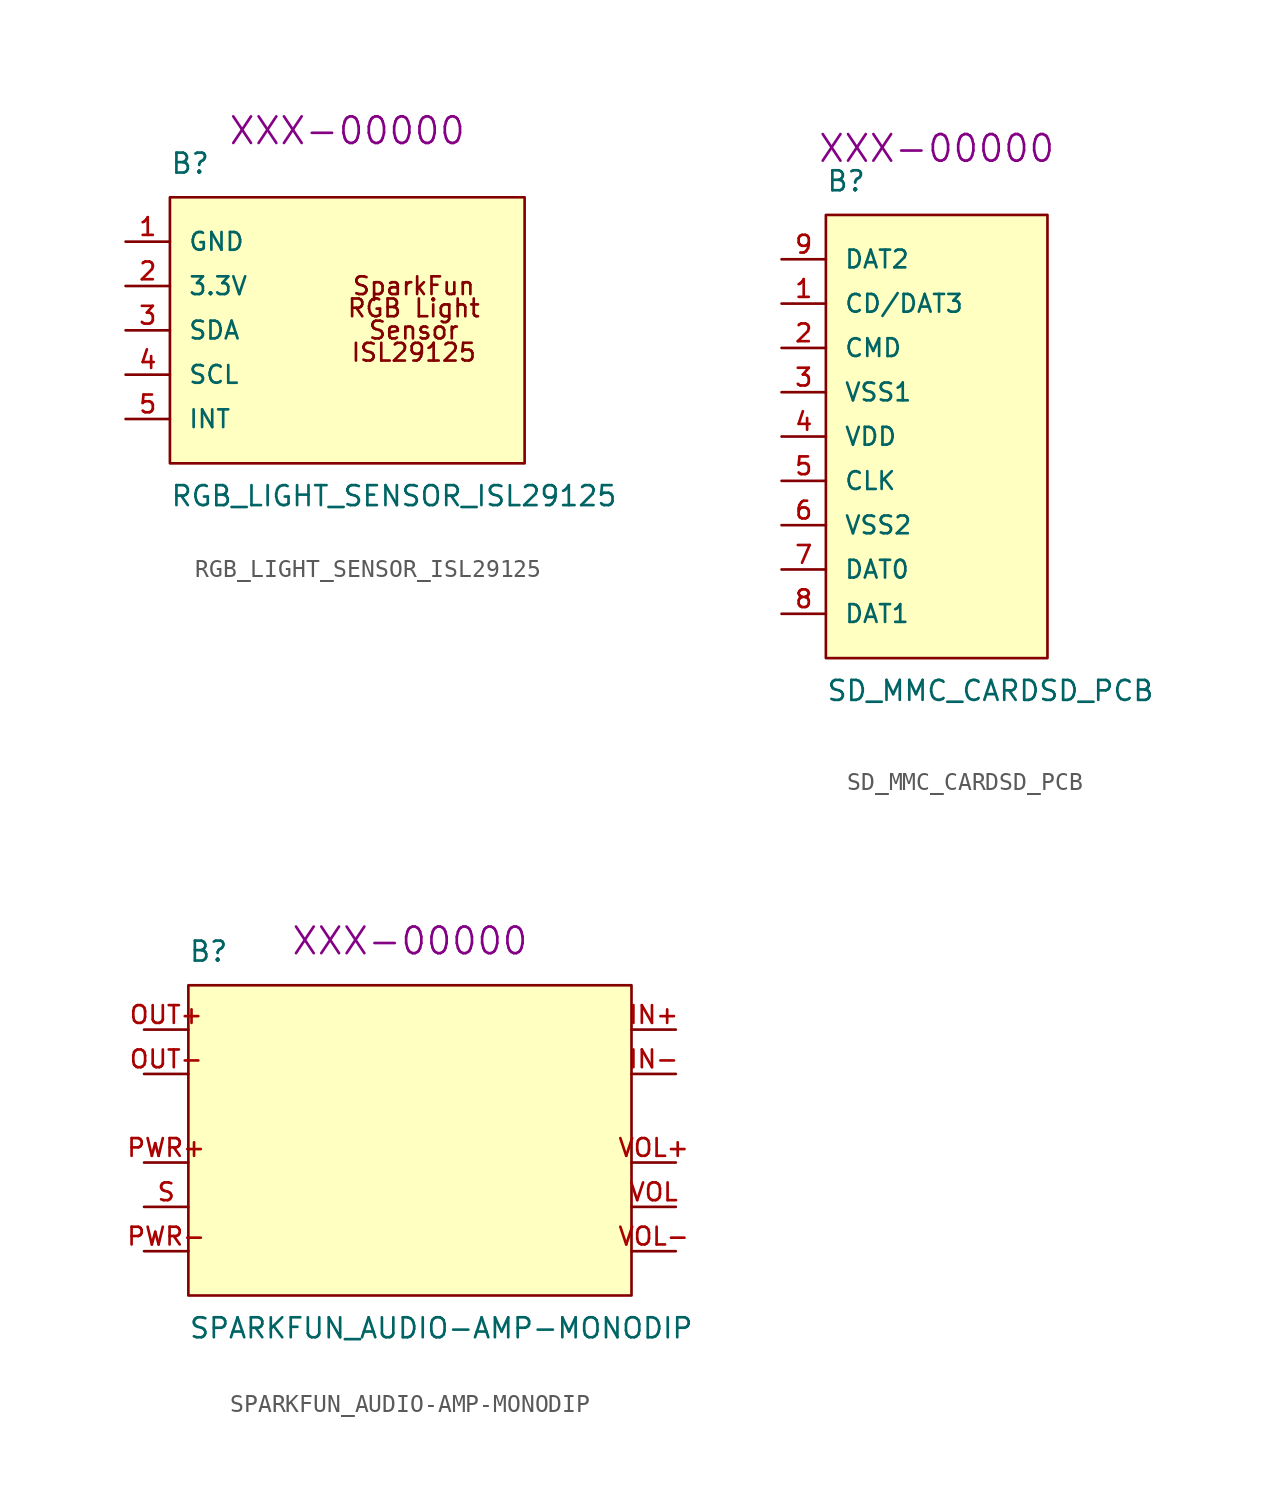
<source format=kicad_sym>
(kicad_symbol_lib
  (version 20220914)
  (generator kicad_symbol_editor)
  (symbol "RGB_LIGHT_SENSOR_ISL29125"
    (pin_names
      (offset 1.016))
    (property "Reference" "B"
      (at -10.16 8.89 0)
      (effects (font (size 1.143 1.143)) (justify left bottom)))
    (property "Value" "RGB_LIGHT_SENSOR_ISL29125"
      (at -10.16 -10.16 0)
      (effects (font (size 1.143 1.143)) (justify left bottom)))
    (property "Field4" "XXX-00000"
      (at 0 11.43 0)
      (effects (font (size 1.524 1.524))))
    (property "ki_locked" ""
      (at 0 0 0)
      (effects (font (size 1.27 1.27))))
    (symbol "RGB_LIGHT_SENSOR_ISL29125_0_0"
      (text "ISL29125" (at 3.81 -1.27 0) (effects (font (size 1.016 1.016))))
      (text "RGB Light" (at 3.81 1.27 0) (effects (font (size 1.016 1.016))))
      (text "Sensor" (at 3.81 0 0) (effects (font (size 1.016 1.016))))
      (text "SparkFun" (at 3.81 2.54 0) (effects (font (size 1.016 1.016)))))
    (symbol "RGB_LIGHT_SENSOR_ISL29125_1_1"
      (polyline (pts (xy -10.16 7.62) (xy -10.16 -7.62) (xy 10.16 -7.62) (xy 10.16 7.62) (xy -10.16 7.62)) (stroke (width 0) (type solid)) (fill (type background)))
      (pin power_in line (at -12.7 5.08 0) (length 2.54) (name "GND" (effects (font (size 1.016 1.016)))) (number "1" (effects (font (size 1.016 1.016)))))
      (pin power_in line (at -12.7 2.54 0) (length 2.54) (name "3.3V" (effects (font (size 1.016 1.016)))) (number "2" (effects (font (size 1.016 1.016)))))
      (pin bidirectional line (at -12.7 0 0) (length 2.54) (name "SDA" (effects (font (size 1.016 1.016)))) (number "3" (effects (font (size 1.016 1.016)))))
      (pin bidirectional line (at -12.7 -2.54 0) (length 2.54) (name "SCL" (effects (font (size 1.016 1.016)))) (number "4" (effects (font (size 1.016 1.016)))))
      (pin bidirectional line (at -12.7 -5.08 0) (length 2.54) (name "INT" (effects (font (size 1.016 1.016)))) (number "5" (effects (font (size 1.016 1.016)))))))
  (symbol "SD_MMC_CARDSD_PCB"
    (pin_names
      (offset 1.016))
    (property "Reference" "B"
      (at -6.35 13.97 0)
      (effects (font (size 1.143 1.143)) (justify left bottom)))
    (property "Value" "SD_MMC_CARDSD_PCB"
      (at -6.35 -15.24 0)
      (effects (font (size 1.143 1.143)) (justify left bottom)))
    (property "Field4" "XXX-00000"
      (at 0 16.51 0)
      (effects (font (size 1.524 1.524))))
    (property "ki_locked" ""
      (at 0 0 0)
      (effects (font (size 1.27 1.27))))
    (symbol "SD_MMC_CARDSD_PCB_1_1"
      (polyline (pts (xy -6.35 -12.7) (xy 6.35 -12.7) (xy 6.35 12.7) (xy -6.35 12.7) (xy -6.35 -12.7)) (stroke (width 0) (type solid)) (fill (type background)))
      (pin bidirectional line (at -8.89 7.62 0) (length 2.54) (name "CD/DAT3" (effects (font (size 1.016 1.016)))) (number "1" (effects (font (size 1.016 1.016)))))
      (pin bidirectional line (at -8.89 5.08 0) (length 2.54) (name "CMD" (effects (font (size 1.016 1.016)))) (number "2" (effects (font (size 1.016 1.016)))))
      (pin bidirectional line (at -8.89 2.54 0) (length 2.54) (name "VSS1" (effects (font (size 1.016 1.016)))) (number "3" (effects (font (size 1.016 1.016)))))
      (pin bidirectional line (at -8.89 0 0) (length 2.54) (name "VDD" (effects (font (size 1.016 1.016)))) (number "4" (effects (font (size 1.016 1.016)))))
      (pin bidirectional line (at -8.89 -2.54 0) (length 2.54) (name "CLK" (effects (font (size 1.016 1.016)))) (number "5" (effects (font (size 1.016 1.016)))))
      (pin bidirectional line (at -8.89 -5.08 0) (length 2.54) (name "VSS2" (effects (font (size 1.016 1.016)))) (number "6" (effects (font (size 1.016 1.016)))))
      (pin bidirectional line (at -8.89 -7.62 0) (length 2.54) (name "DAT0" (effects (font (size 1.016 1.016)))) (number "7" (effects (font (size 1.016 1.016)))))
      (pin bidirectional line (at -8.89 -10.16 0) (length 2.54) (name "DAT1" (effects (font (size 1.016 1.016)))) (number "8" (effects (font (size 1.016 1.016)))))
      (pin bidirectional line (at -8.89 10.16 0) (length 2.54) (name "DAT2" (effects (font (size 1.016 1.016)))) (number "9" (effects (font (size 1.016 1.016)))))))
  (symbol "SPARKFUN_AUDIO-AMP-MONODIP"
    (pin_names
      (offset 1.016) hide)
    (property "Reference" "B"
      (at -12.7 10.16 0)
      (effects (font (size 1.143 1.143)) (justify left bottom)))
    (property "Value" "SPARKFUN_AUDIO-AMP-MONODIP"
      (at -12.7 -11.43 0)
      (effects (font (size 1.143 1.143)) (justify left bottom)))
    (property "Field4" "XXX-00000"
      (at 0 11.43 0)
      (effects (font (size 1.524 1.524))))
    (property "ki_locked" ""
      (at 0 0 0)
      (effects (font (size 1.27 1.27))))
    (symbol "SPARKFUN_AUDIO-AMP-MONODIP_1_1"
      (polyline (pts (xy -12.7 8.89) (xy 12.7 8.89) (xy 12.7 -8.89) (xy -12.7 -8.89) (xy -12.7 8.89)) (stroke (width 0) (type solid)) (fill (type background)))
      (pin bidirectional line (at 15.24 6.35 180) (length 2.54) (name "IN+" (effects (font (size 1.016 1.016)))) (number "IN+" (effects (font (size 1.016 1.016)))))
      (pin bidirectional line (at 15.24 3.81 180) (length 2.54) (name "IN-" (effects (font (size 1.016 1.016)))) (number "IN-" (effects (font (size 1.016 1.016)))))
      (pin bidirectional line (at -15.24 6.35 0) (length 2.54) (name "OUT+" (effects (font (size 1.016 1.016)))) (number "OUT+" (effects (font (size 1.016 1.016)))))
      (pin bidirectional line (at -15.24 3.81 0) (length 2.54) (name "OUT-" (effects (font (size 1.016 1.016)))) (number "OUT-" (effects (font (size 1.016 1.016)))))
      (pin bidirectional line (at -15.24 -1.27 0) (length 2.54) (name "VCC" (effects (font (size 1.016 1.016)))) (number "PWR+" (effects (font (size 1.016 1.016)))))
      (pin bidirectional line (at -15.24 -6.35 0) (length 2.54) (name "GND" (effects (font (size 1.016 1.016)))) (number "PWR-" (effects (font (size 1.016 1.016)))))
      (pin bidirectional line (at -15.24 -3.81 0) (length 2.54) (name "*SHTDWN" (effects (font (size 1.016 1.016)))) (number "S" (effects (font (size 1.016 1.016)))))
      (pin bidirectional line (at 15.24 -3.81 180) (length 2.54) (name "VOL" (effects (font (size 1.016 1.016)))) (number "VOL" (effects (font (size 1.016 1.016)))))
      (pin bidirectional line (at 15.24 -1.27 180) (length 2.54) (name "VCC" (effects (font (size 1.016 1.016)))) (number "VOL+" (effects (font (size 1.016 1.016)))))
      (pin bidirectional line (at 15.24 -6.35 180) (length 2.54) (name "GND" (effects (font (size 1.016 1.016)))) (number "VOL-" (effects (font (size 1.016 1.016))))))))
</source>
